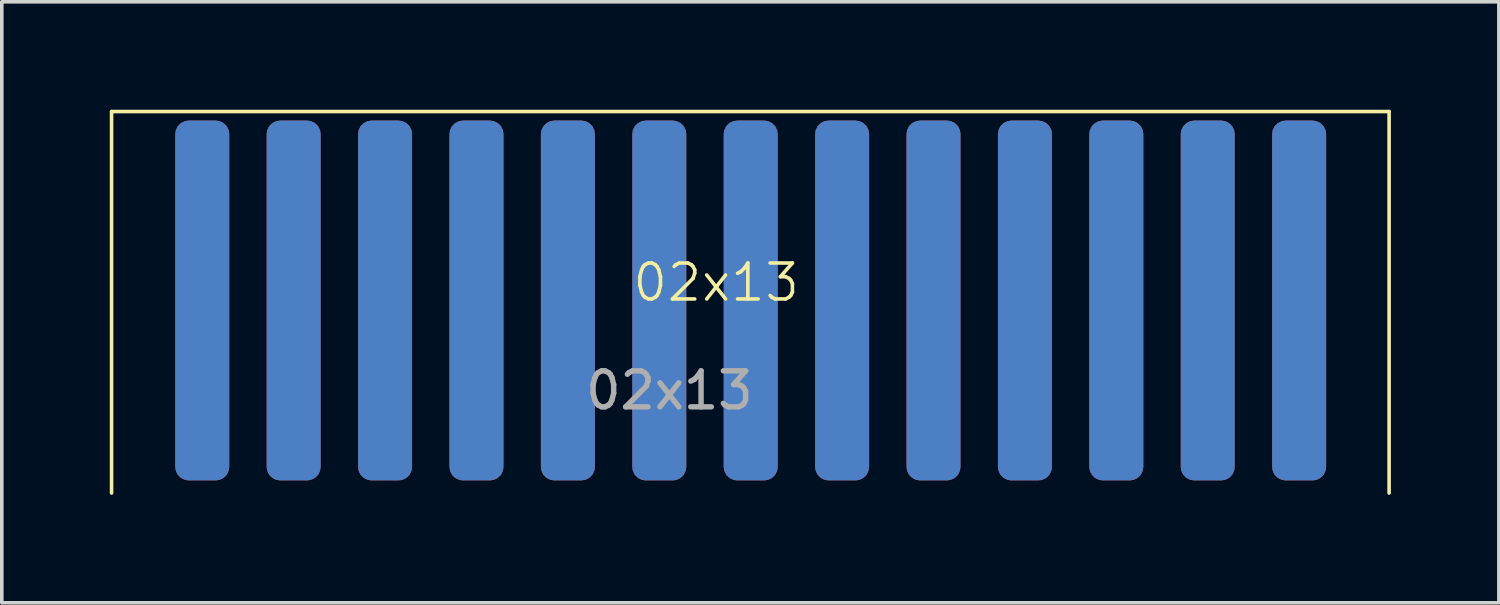
<source format=kicad_pcb>
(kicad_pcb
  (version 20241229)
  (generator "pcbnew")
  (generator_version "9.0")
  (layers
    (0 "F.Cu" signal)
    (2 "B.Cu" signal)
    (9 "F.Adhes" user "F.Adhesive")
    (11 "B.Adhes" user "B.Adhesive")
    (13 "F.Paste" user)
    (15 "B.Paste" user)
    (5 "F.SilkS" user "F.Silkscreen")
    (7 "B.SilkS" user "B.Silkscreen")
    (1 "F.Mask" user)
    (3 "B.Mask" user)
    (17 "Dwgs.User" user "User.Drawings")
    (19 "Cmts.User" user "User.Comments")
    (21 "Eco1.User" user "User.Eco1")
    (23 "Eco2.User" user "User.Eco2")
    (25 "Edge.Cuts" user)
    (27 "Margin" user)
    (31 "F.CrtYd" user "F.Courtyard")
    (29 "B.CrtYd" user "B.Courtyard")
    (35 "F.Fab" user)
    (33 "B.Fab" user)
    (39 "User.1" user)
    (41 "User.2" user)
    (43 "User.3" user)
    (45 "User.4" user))
  (footprint "02x13"
    (layer "F.Cu")
    (at 17.8 5.3)
    (property "Reference" "02x13" (at -0.95 -0.5 0) (unlocked yes) (layer "F.SilkS") (effects (font (size 1 1) (thickness 0.1))))
    (attr smd)
    (fp_line (start -17.75 -5.25) (end -17.75 5.35) (stroke (width 0.1) (type default)) (layer "F.SilkS"))
    (fp_line (start -17.75 -5.25) (end 17.75 -5.25) (stroke (width 0.1) (type default)) (layer "F.SilkS"))
    (fp_line (start 17.75 5.35) (end 17.75 -5.25) (stroke (width 0.1) (type default)) (layer "F.SilkS"))
    (fp_text user "${REFERENCE}" (at -2.25 2.5 0) (unlocked yes) (layer "F.Fab") (effects (font (size 1 1) (thickness 0.15))))
    (pad "1" smd roundrect (at 15.25 0) (size 1.5 10) (layers "F.Mask" "B.Cu") (roundrect_rratio 0.25))
    (pad "2" smd roundrect (at 15.25 0 180) (size 1.5 10) (layers "F.Cu" "B.Mask") (roundrect_rratio 0.25))
    (pad "3" smd roundrect (at 12.71 0) (size 1.5 10) (layers "F.Mask" "B.Cu") (roundrect_rratio 0.25))
    (pad "4" smd roundrect (at 12.71 0 180) (size 1.5 10) (layers "F.Cu" "B.Mask") (roundrect_rratio 0.25))
    (pad "5" smd roundrect (at 10.17 0) (size 1.5 10) (layers "F.Mask" "B.Cu") (roundrect_rratio 0.25))
    (pad "6" smd roundrect (at 10.17 0 180) (size 1.5 10) (layers "F.Cu" "B.Mask") (roundrect_rratio 0.25))
    (pad "7" smd roundrect (at 7.63 0) (size 1.5 10) (layers "F.Mask" "B.Cu") (roundrect_rratio 0.25))
    (pad "8" smd roundrect (at 7.63 0 180) (size 1.5 10) (layers "F.Cu" "B.Mask") (roundrect_rratio 0.25))
    (pad "9" smd roundrect (at 5.09 0) (size 1.5 10) (layers "F.Mask" "B.Cu") (roundrect_rratio 0.25))
    (pad "10" smd roundrect (at 5.09 0 180) (size 1.5 10) (layers "F.Cu" "B.Mask") (roundrect_rratio 0.25))
    (pad "11" smd roundrect (at 2.55 0) (size 1.5 10) (layers "F.Mask" "B.Cu") (roundrect_rratio 0.25))
    (pad "12" smd roundrect (at 2.55 0 180) (size 1.5 10) (layers "F.Cu" "B.Mask") (roundrect_rratio 0.25))
    (pad "13" smd roundrect (at 0.01 0) (size 1.5 10) (layers "F.Mask" "B.Cu") (roundrect_rratio 0.25))
    (pad "14" smd roundrect (at 0.01 0 180) (size 1.5 10) (layers "F.Cu" "B.Mask") (roundrect_rratio 0.25))
    (pad "15" smd roundrect (at -2.53 0) (size 1.5 10) (layers "F.Mask" "B.Cu") (roundrect_rratio 0.25))
    (pad "16" smd roundrect (at -2.53 0 180) (size 1.5 10) (layers "F.Cu" "B.Mask") (roundrect_rratio 0.25))
    (pad "17" smd roundrect (at -5.07 0) (size 1.5 10) (layers "F.Mask" "B.Cu") (roundrect_rratio 0.25))
    (pad "18" smd roundrect (at -5.07 0 180) (size 1.5 10) (layers "F.Cu" "B.Mask") (roundrect_rratio 0.25))
    (pad "19" smd roundrect (at -7.61 0) (size 1.5 10) (layers "F.Mask" "B.Cu") (roundrect_rratio 0.25))
    (pad "20" smd roundrect (at -7.61 0 180) (size 1.5 10) (layers "F.Cu" "B.Mask") (roundrect_rratio 0.25))
    (pad "21" smd roundrect (at -10.15 0) (size 1.5 10) (layers "F.Mask" "B.Cu") (roundrect_rratio 0.25))
    (pad "22" smd roundrect (at -10.15 0 180) (size 1.5 10) (layers "F.Cu" "B.Mask") (roundrect_rratio 0.25))
    (pad "23" smd roundrect (at -12.69 0) (size 1.5 10) (layers "F.Mask" "B.Cu") (roundrect_rratio 0.25))
    (pad "24" smd roundrect (at -12.69 0 180) (size 1.5 10) (layers "F.Cu" "B.Mask") (roundrect_rratio 0.25))
    (pad "25" smd roundrect (at -15.23 0) (size 1.5 10) (layers "F.Mask" "B.Cu") (roundrect_rratio 0.25))
    (pad "26" smd roundrect (at -15.23 0 180) (size 1.5 10) (layers "F.Cu" "B.Mask") (roundrect_rratio 0.25)))
  (gr_rect
    (start -3 -3)
    (end 38.6 13.7)
    (stroke (width 0.1) (type default))
    (fill no)
    (layer "Edge.Cuts")))
</source>
